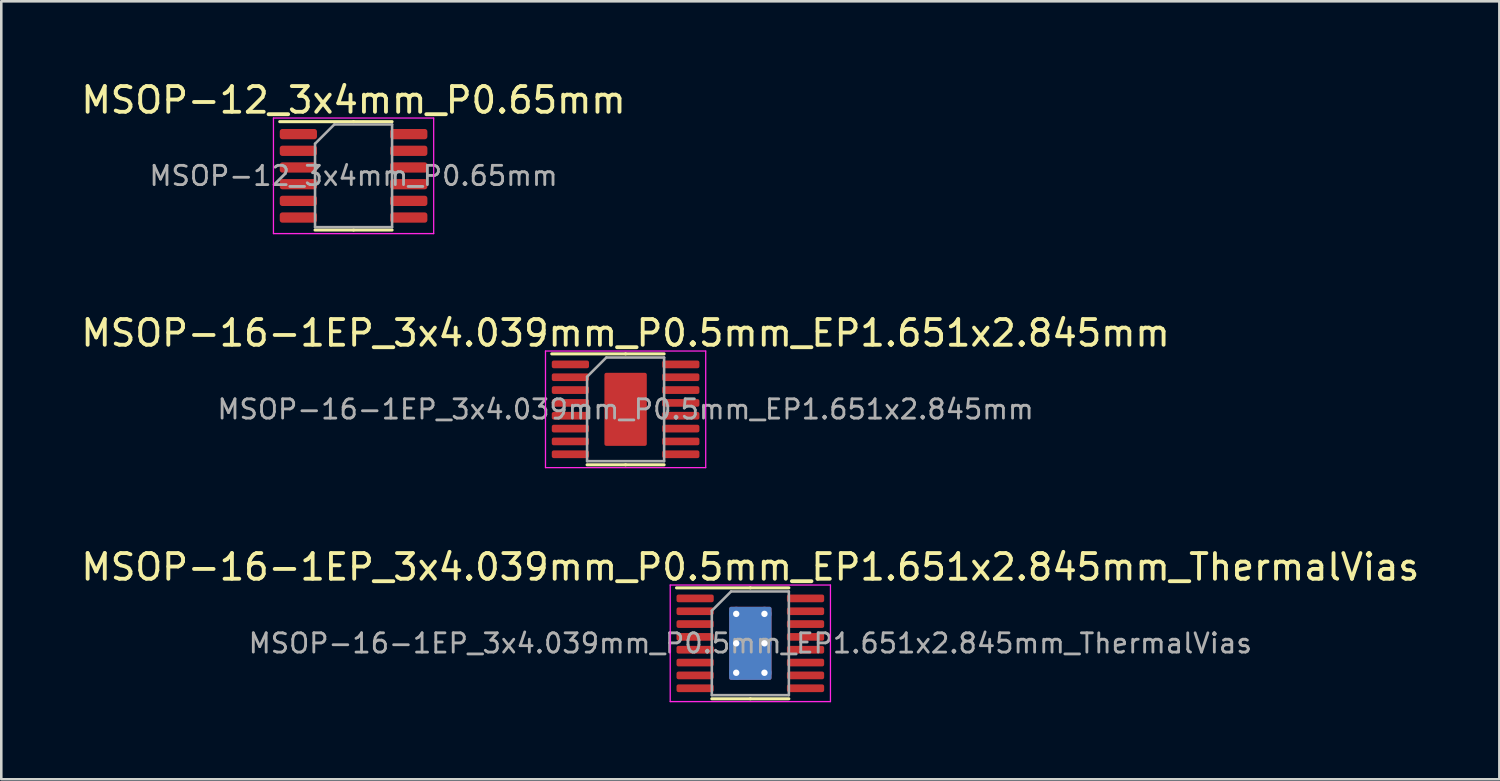
<source format=kicad_pcb>
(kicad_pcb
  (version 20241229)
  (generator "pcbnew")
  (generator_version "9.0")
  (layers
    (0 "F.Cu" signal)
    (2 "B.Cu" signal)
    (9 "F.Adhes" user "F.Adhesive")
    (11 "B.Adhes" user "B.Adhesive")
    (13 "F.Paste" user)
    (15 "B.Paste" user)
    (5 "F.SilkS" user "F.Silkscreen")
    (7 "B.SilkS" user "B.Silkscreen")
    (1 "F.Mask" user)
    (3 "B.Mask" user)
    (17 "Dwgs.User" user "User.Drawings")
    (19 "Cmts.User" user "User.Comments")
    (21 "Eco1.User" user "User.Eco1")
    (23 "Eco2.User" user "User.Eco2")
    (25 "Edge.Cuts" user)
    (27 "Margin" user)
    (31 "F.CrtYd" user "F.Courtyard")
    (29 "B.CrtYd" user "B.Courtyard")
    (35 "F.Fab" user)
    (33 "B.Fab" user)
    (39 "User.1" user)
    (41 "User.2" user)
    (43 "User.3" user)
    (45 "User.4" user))
  (footprint "MSOP-16-1EP_3x4.039mm_P0.5mm_EP1.651x2.845mm"
    (layer "F.Cu")
    (at 21.315 12.892)
    (property "Reference" "MSOP-16-1EP_3x4.039mm_P0.5mm_EP1.651x2.845mm" (at 0 -2.97 0) (layer "F.SilkS") (effects (font (size 1 1) (thickness 0.15))))
    (attr smd)
    (fp_line (start 0 -2.16) (end -2.875 -2.16) (stroke (width 0.12) (type solid)) (layer "F.SilkS"))
    (fp_line (start 0 -2.16) (end 1.5 -2.16) (stroke (width 0.12) (type solid)) (layer "F.SilkS"))
    (fp_line (start 0 2.16) (end -1.5 2.16) (stroke (width 0.12) (type solid)) (layer "F.SilkS"))
    (fp_line (start 0 2.16) (end 1.5 2.16) (stroke (width 0.12) (type solid)) (layer "F.SilkS"))
    (fp_line (start -3.12 -2.27) (end -3.12 2.27) (stroke (width 0.05) (type solid)) (layer "F.CrtYd"))
    (fp_line (start -3.12 2.27) (end 3.12 2.27) (stroke (width 0.05) (type solid)) (layer "F.CrtYd"))
    (fp_line (start 3.12 -2.27) (end -3.12 -2.27) (stroke (width 0.05) (type solid)) (layer "F.CrtYd"))
    (fp_line (start 3.12 2.27) (end 3.12 -2.27) (stroke (width 0.05) (type solid)) (layer "F.CrtYd"))
    (fp_line (start -1.5 -1.27) (end -0.75 -2.019) (stroke (width 0.1) (type solid)) (layer "F.Fab"))
    (fp_line (start -1.5 2.019) (end -1.5 -1.27) (stroke (width 0.1) (type solid)) (layer "F.Fab"))
    (fp_line (start -0.75 -2.019) (end 1.5 -2.019) (stroke (width 0.1) (type solid)) (layer "F.Fab"))
    (fp_line (start 1.5 -2.019) (end 1.5 2.019) (stroke (width 0.1) (type solid)) (layer "F.Fab"))
    (fp_line (start 1.5 2.019) (end -1.5 2.019) (stroke (width 0.1) (type solid)) (layer "F.Fab"))
    (fp_text user "${REFERENCE}" (at 0 0 0) (layer "F.Fab") (effects (font (size 0.75 0.75) (thickness 0.11))))
    (pad "" smd roundrect (at -0.415 -0.71) (size 0.69 1.19) (layers "F.Paste") (roundrect_rratio 0.25))
    (pad "" smd roundrect (at -0.415 0.71) (size 0.69 1.19) (layers "F.Paste") (roundrect_rratio 0.25))
    (pad "" smd roundrect (at 0.415 -0.71) (size 0.69 1.19) (layers "F.Paste") (roundrect_rratio 0.25))
    (pad "" smd roundrect (at 0.415 0.71) (size 0.69 1.19) (layers "F.Paste") (roundrect_rratio 0.25))
    (pad "1" smd roundrect (at -2.15 -1.75) (size 1.45 0.3) (layers "F.Cu" "F.Mask" "F.Paste") (roundrect_rratio 0.25))
    (pad "2" smd roundrect (at -2.15 -1.25) (size 1.45 0.3) (layers "F.Cu" "F.Mask" "F.Paste") (roundrect_rratio 0.25))
    (pad "3" smd roundrect (at -2.15 -0.75) (size 1.45 0.3) (layers "F.Cu" "F.Mask" "F.Paste") (roundrect_rratio 0.25))
    (pad "4" smd roundrect (at -2.15 -0.25) (size 1.45 0.3) (layers "F.Cu" "F.Mask" "F.Paste") (roundrect_rratio 0.25))
    (pad "5" smd roundrect (at -2.15 0.25) (size 1.45 0.3) (layers "F.Cu" "F.Mask" "F.Paste") (roundrect_rratio 0.25))
    (pad "6" smd roundrect (at -2.15 0.75) (size 1.45 0.3) (layers "F.Cu" "F.Mask" "F.Paste") (roundrect_rratio 0.25))
    (pad "7" smd roundrect (at -2.15 1.25) (size 1.45 0.3) (layers "F.Cu" "F.Mask" "F.Paste") (roundrect_rratio 0.25))
    (pad "8" smd roundrect (at -2.15 1.75) (size 1.45 0.3) (layers "F.Cu" "F.Mask" "F.Paste") (roundrect_rratio 0.25))
    (pad "9" smd roundrect (at 2.15 1.75) (size 1.45 0.3) (layers "F.Cu" "F.Mask" "F.Paste") (roundrect_rratio 0.25))
    (pad "10" smd roundrect (at 2.15 1.25) (size 1.45 0.3) (layers "F.Cu" "F.Mask" "F.Paste") (roundrect_rratio 0.25))
    (pad "11" smd roundrect (at 2.15 0.75) (size 1.45 0.3) (layers "F.Cu" "F.Mask" "F.Paste") (roundrect_rratio 0.25))
    (pad "12" smd roundrect (at 2.15 0.25) (size 1.45 0.3) (layers "F.Cu" "F.Mask" "F.Paste") (roundrect_rratio 0.25))
    (pad "13" smd roundrect (at 2.15 -0.25) (size 1.45 0.3) (layers "F.Cu" "F.Mask" "F.Paste") (roundrect_rratio 0.25))
    (pad "14" smd roundrect (at 2.15 -0.75) (size 1.45 0.3) (layers "F.Cu" "F.Mask" "F.Paste") (roundrect_rratio 0.25))
    (pad "15" smd roundrect (at 2.15 -1.25) (size 1.45 0.3) (layers "F.Cu" "F.Mask" "F.Paste") (roundrect_rratio 0.25))
    (pad "16" smd roundrect (at 2.15 -1.75) (size 1.45 0.3) (layers "F.Cu" "F.Mask" "F.Paste") (roundrect_rratio 0.25))
    (pad "17" smd roundrect (at 0 0) (size 1.651 2.845) (layers "F.Cu" "F.Mask") (roundrect_rratio 0.045)))
  (footprint "MSOP-12_3x4mm_P0.65mm"
    (layer "F.Cu")
    (at 10.72 3.798)
    (property "Reference" "MSOP-12_3x4mm_P0.65mm" (at 0 -2.95 0) (layer "F.SilkS") (effects (font (size 1 1) (thickness 0.15))))
    (attr smd)
    (fp_line (start 0 -2.11) (end -2.875 -2.11) (stroke (width 0.12) (type solid)) (layer "F.SilkS"))
    (fp_line (start 0 -2.11) (end 1.5 -2.11) (stroke (width 0.12) (type solid)) (layer "F.SilkS"))
    (fp_line (start 0 2.11) (end -1.5 2.11) (stroke (width 0.12) (type solid)) (layer "F.SilkS"))
    (fp_line (start 0 2.11) (end 1.5 2.11) (stroke (width 0.12) (type solid)) (layer "F.SilkS"))
    (fp_line (start -3.12 -2.25) (end -3.12 2.25) (stroke (width 0.05) (type solid)) (layer "F.CrtYd"))
    (fp_line (start -3.12 2.25) (end 3.12 2.25) (stroke (width 0.05) (type solid)) (layer "F.CrtYd"))
    (fp_line (start 3.12 -2.25) (end -3.12 -2.25) (stroke (width 0.05) (type solid)) (layer "F.CrtYd"))
    (fp_line (start 3.12 2.25) (end 3.12 -2.25) (stroke (width 0.05) (type solid)) (layer "F.CrtYd"))
    (fp_line (start -1.5 -1.25) (end -0.75 -2) (stroke (width 0.1) (type solid)) (layer "F.Fab"))
    (fp_line (start -1.5 2) (end -1.5 -1.25) (stroke (width 0.1) (type solid)) (layer "F.Fab"))
    (fp_line (start -0.75 -2) (end 1.5 -2) (stroke (width 0.1) (type solid)) (layer "F.Fab"))
    (fp_line (start 1.5 -2) (end 1.5 2) (stroke (width 0.1) (type solid)) (layer "F.Fab"))
    (fp_line (start 1.5 2) (end -1.5 2) (stroke (width 0.1) (type solid)) (layer "F.Fab"))
    (fp_text user "${REFERENCE}" (at 0 0 0) (layer "F.Fab") (effects (font (size 0.75 0.75) (thickness 0.11))))
    (pad "1" smd roundrect (at -2.15 -1.625) (size 1.45 0.4) (layers "F.Cu" "F.Mask" "F.Paste") (roundrect_rratio 0.25))
    (pad "2" smd roundrect (at -2.15 -0.975) (size 1.45 0.4) (layers "F.Cu" "F.Mask" "F.Paste") (roundrect_rratio 0.25))
    (pad "3" smd roundrect (at -2.15 -0.325) (size 1.45 0.4) (layers "F.Cu" "F.Mask" "F.Paste") (roundrect_rratio 0.25))
    (pad "4" smd roundrect (at -2.15 0.325) (size 1.45 0.4) (layers "F.Cu" "F.Mask" "F.Paste") (roundrect_rratio 0.25))
    (pad "5" smd roundrect (at -2.15 0.975) (size 1.45 0.4) (layers "F.Cu" "F.Mask" "F.Paste") (roundrect_rratio 0.25))
    (pad "6" smd roundrect (at -2.15 1.625) (size 1.45 0.4) (layers "F.Cu" "F.Mask" "F.Paste") (roundrect_rratio 0.25))
    (pad "7" smd roundrect (at 2.15 1.625) (size 1.45 0.4) (layers "F.Cu" "F.Mask" "F.Paste") (roundrect_rratio 0.25))
    (pad "8" smd roundrect (at 2.15 0.975) (size 1.45 0.4) (layers "F.Cu" "F.Mask" "F.Paste") (roundrect_rratio 0.25))
    (pad "9" smd roundrect (at 2.15 0.325) (size 1.45 0.4) (layers "F.Cu" "F.Mask" "F.Paste") (roundrect_rratio 0.25))
    (pad "10" smd roundrect (at 2.15 -0.325) (size 1.45 0.4) (layers "F.Cu" "F.Mask" "F.Paste") (roundrect_rratio 0.25))
    (pad "11" smd roundrect (at 2.15 -0.975) (size 1.45 0.4) (layers "F.Cu" "F.Mask" "F.Paste") (roundrect_rratio 0.25))
    (pad "12" smd roundrect (at 2.15 -1.625) (size 1.45 0.4) (layers "F.Cu" "F.Mask" "F.Paste") (roundrect_rratio 0.25)))
  (footprint "MSOP-16-1EP_3x4.039mm_P0.5mm_EP1.651x2.845mm_ThermalVias"
    (layer "F.Cu")
    (at 26.173 22.005)
    (property "Reference" "MSOP-16-1EP_3x4.039mm_P0.5mm_EP1.651x2.845mm_ThermalVias" (at 0 -2.97 0) (layer "F.SilkS") (effects (font (size 1 1) (thickness 0.15))))
    (attr smd)
    (fp_line (start 0 -2.16) (end -2.875 -2.16) (stroke (width 0.12) (type solid)) (layer "F.SilkS"))
    (fp_line (start 0 -2.16) (end 1.5 -2.16) (stroke (width 0.12) (type solid)) (layer "F.SilkS"))
    (fp_line (start 0 2.16) (end -1.5 2.16) (stroke (width 0.12) (type solid)) (layer "F.SilkS"))
    (fp_line (start 0 2.16) (end 1.5 2.16) (stroke (width 0.12) (type solid)) (layer "F.SilkS"))
    (fp_line (start -3.12 -2.27) (end -3.12 2.27) (stroke (width 0.05) (type solid)) (layer "F.CrtYd"))
    (fp_line (start -3.12 2.27) (end 3.12 2.27) (stroke (width 0.05) (type solid)) (layer "F.CrtYd"))
    (fp_line (start 3.12 -2.27) (end -3.12 -2.27) (stroke (width 0.05) (type solid)) (layer "F.CrtYd"))
    (fp_line (start 3.12 2.27) (end 3.12 -2.27) (stroke (width 0.05) (type solid)) (layer "F.CrtYd"))
    (fp_line (start -1.5 -1.27) (end -0.75 -2.019) (stroke (width 0.1) (type solid)) (layer "F.Fab"))
    (fp_line (start -1.5 2.019) (end -1.5 -1.27) (stroke (width 0.1) (type solid)) (layer "F.Fab"))
    (fp_line (start -0.75 -2.019) (end 1.5 -2.019) (stroke (width 0.1) (type solid)) (layer "F.Fab"))
    (fp_line (start 1.5 -2.019) (end 1.5 2.019) (stroke (width 0.1) (type solid)) (layer "F.Fab"))
    (fp_line (start 1.5 2.019) (end -1.5 2.019) (stroke (width 0.1) (type solid)) (layer "F.Fab"))
    (fp_text user "${REFERENCE}" (at 0 0 0) (layer "F.Fab") (effects (font (size 0.75 0.75) (thickness 0.11))))
    (pad "" smd roundrect (at -0.415 -0.71) (size 0.69 1.19) (layers "F.Paste") (roundrect_rratio 0.25))
    (pad "" smd roundrect (at -0.415 0.71) (size 0.69 1.19) (layers "F.Paste") (roundrect_rratio 0.25))
    (pad "" smd roundrect (at 0.415 -0.71) (size 0.69 1.19) (layers "F.Paste") (roundrect_rratio 0.25))
    (pad "" smd roundrect (at 0.415 0.71) (size 0.69 1.19) (layers "F.Paste") (roundrect_rratio 0.25))
    (pad "1" smd roundrect (at -2.15 -1.75) (size 1.45 0.3) (layers "F.Cu" "F.Mask" "F.Paste") (roundrect_rratio 0.25))
    (pad "2" smd roundrect (at -2.15 -1.25) (size 1.45 0.3) (layers "F.Cu" "F.Mask" "F.Paste") (roundrect_rratio 0.25))
    (pad "3" smd roundrect (at -2.15 -0.75) (size 1.45 0.3) (layers "F.Cu" "F.Mask" "F.Paste") (roundrect_rratio 0.25))
    (pad "4" smd roundrect (at -2.15 -0.25) (size 1.45 0.3) (layers "F.Cu" "F.Mask" "F.Paste") (roundrect_rratio 0.25))
    (pad "5" smd roundrect (at -2.15 0.25) (size 1.45 0.3) (layers "F.Cu" "F.Mask" "F.Paste") (roundrect_rratio 0.25))
    (pad "6" smd roundrect (at -2.15 0.75) (size 1.45 0.3) (layers "F.Cu" "F.Mask" "F.Paste") (roundrect_rratio 0.25))
    (pad "7" smd roundrect (at -2.15 1.25) (size 1.45 0.3) (layers "F.Cu" "F.Mask" "F.Paste") (roundrect_rratio 0.25))
    (pad "8" smd roundrect (at -2.15 1.75) (size 1.45 0.3) (layers "F.Cu" "F.Mask" "F.Paste") (roundrect_rratio 0.25))
    (pad "9" smd roundrect (at 2.15 1.75) (size 1.45 0.3) (layers "F.Cu" "F.Mask" "F.Paste") (roundrect_rratio 0.25))
    (pad "10" smd roundrect (at 2.15 1.25) (size 1.45 0.3) (layers "F.Cu" "F.Mask" "F.Paste") (roundrect_rratio 0.25))
    (pad "11" smd roundrect (at 2.15 0.75) (size 1.45 0.3) (layers "F.Cu" "F.Mask" "F.Paste") (roundrect_rratio 0.25))
    (pad "12" smd roundrect (at 2.15 0.25) (size 1.45 0.3) (layers "F.Cu" "F.Mask" "F.Paste") (roundrect_rratio 0.25))
    (pad "13" smd roundrect (at 2.15 -0.25) (size 1.45 0.3) (layers "F.Cu" "F.Mask" "F.Paste") (roundrect_rratio 0.25))
    (pad "14" smd roundrect (at 2.15 -0.75) (size 1.45 0.3) (layers "F.Cu" "F.Mask" "F.Paste") (roundrect_rratio 0.25))
    (pad "15" smd roundrect (at 2.15 -1.25) (size 1.45 0.3) (layers "F.Cu" "F.Mask" "F.Paste") (roundrect_rratio 0.25))
    (pad "16" smd roundrect (at 2.15 -1.75) (size 1.45 0.3) (layers "F.Cu" "F.Mask" "F.Paste") (roundrect_rratio 0.25))
    (pad "17" thru_hole circle (at -0.55 -1.147) (size 0.55 0.55) (drill 0.25) (layers "*.Cu"))
    (pad "17" thru_hole circle (at -0.55 0) (size 0.55 0.55) (drill 0.25) (layers "*.Cu"))
    (pad "17" thru_hole circle (at -0.55 1.147) (size 0.55 0.55) (drill 0.25) (layers "*.Cu"))
    (pad "17" smd roundrect (at 0 0) (size 1.651 2.845) (layers "F.Cu" "F.Mask") (roundrect_rratio 0.045))
    (pad "17" smd roundrect (at 0 0) (size 1.651 2.845) (layers "B.Cu") (roundrect_rratio 0.045))
    (pad "17" thru_hole circle (at 0.55 -1.147) (size 0.55 0.55) (drill 0.25) (layers "*.Cu"))
    (pad "17" thru_hole circle (at 0.55 0) (size 0.55 0.55) (drill 0.25) (layers "*.Cu"))
    (pad "17" thru_hole circle (at 0.55 1.147) (size 0.55 0.55) (drill 0.25) (layers "*.Cu")))
  (gr_rect
    (start -3 -3)
    (end 55.345 27.3)
    (stroke (width 0.1) (type default))
    (fill no)
    (layer "Edge.Cuts")))
</source>
